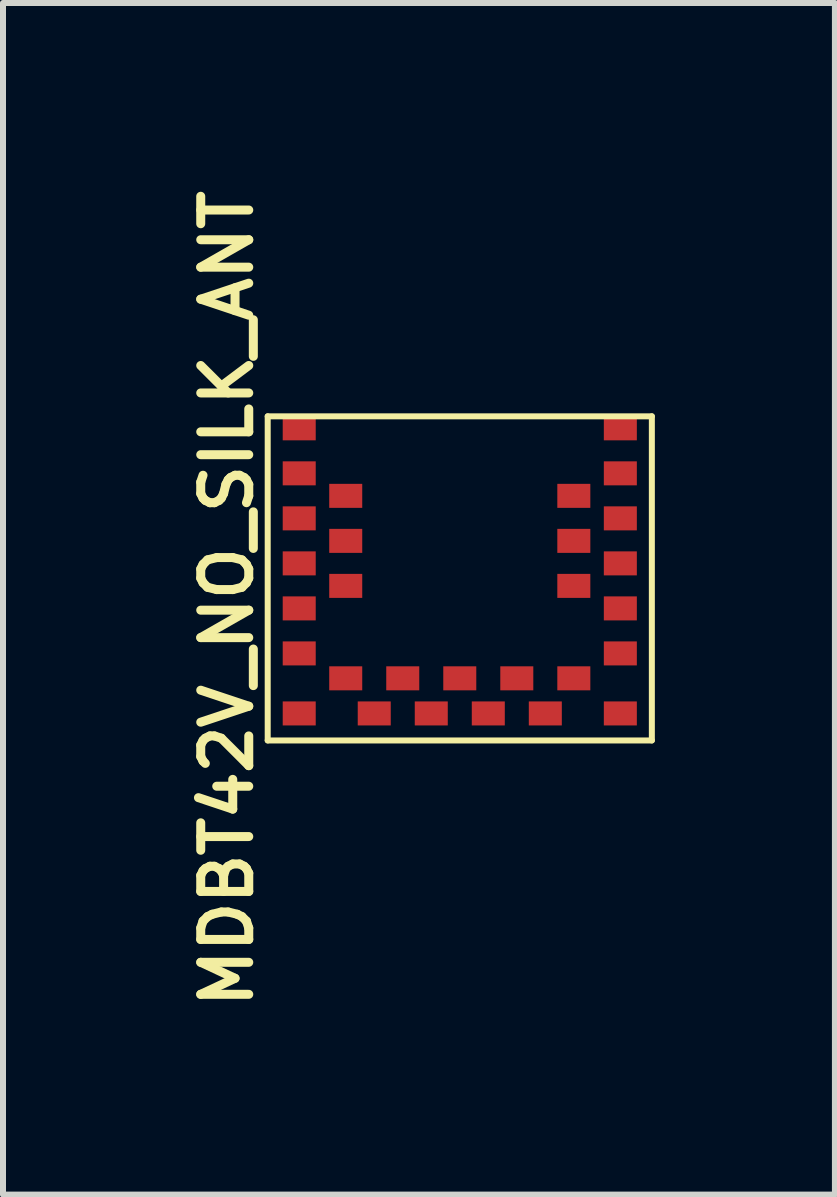
<source format=kicad_pcb>
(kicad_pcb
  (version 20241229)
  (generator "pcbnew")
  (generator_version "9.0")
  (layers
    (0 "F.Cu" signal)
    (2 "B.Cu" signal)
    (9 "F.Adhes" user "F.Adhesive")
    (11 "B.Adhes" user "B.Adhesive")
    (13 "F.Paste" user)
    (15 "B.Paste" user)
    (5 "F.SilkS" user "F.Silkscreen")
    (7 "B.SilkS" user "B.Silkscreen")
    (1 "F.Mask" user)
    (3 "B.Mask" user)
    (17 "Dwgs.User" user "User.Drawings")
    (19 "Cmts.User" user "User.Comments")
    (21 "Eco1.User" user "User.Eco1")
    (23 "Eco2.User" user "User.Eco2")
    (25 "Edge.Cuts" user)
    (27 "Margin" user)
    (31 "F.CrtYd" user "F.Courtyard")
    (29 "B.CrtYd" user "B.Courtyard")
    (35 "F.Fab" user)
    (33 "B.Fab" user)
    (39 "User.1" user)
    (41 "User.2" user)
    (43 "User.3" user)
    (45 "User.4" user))
  (footprint "MDBT42V_NO_SILK_ANT"
    (layer "F.Cu")
    (at 1.41 9.286)
    (property "Reference" "MDBT42V_NO_SILK_ANT" (at -0.678 -2.361 90) (layer "F.SilkS") (effects (font (size 0.8 0.8) (thickness 0.15))))
    (attr through_hole)
    (fp_line (start 0 -5.4) (end 6.4 -5.4) (stroke (width 0.1) (type solid)) (layer "F.SilkS"))
    (fp_line (start 0 0) (end 0 -5.4) (stroke (width 0.1) (type solid)) (layer "F.SilkS"))
    (fp_line (start 6.4 -5.4) (end 6.4 0) (stroke (width 0.1) (type solid)) (layer "F.SilkS"))
    (fp_line (start 6.4 0) (end 0 0) (stroke (width 0.1) (type solid)) (layer "F.SilkS"))
    (pad "1" smd rect (at 0.525 -5.2) (size 0.55 0.4) (layers "F.Cu" "F.Mask" "F.Paste"))
    (pad "2" smd rect (at 0.525 -4.45) (size 0.55 0.4) (layers "F.Cu" "F.Mask" "F.Paste"))
    (pad "3" smd rect (at 1.3 -4.075) (size 0.55 0.4) (layers "F.Cu" "F.Mask" "F.Paste"))
    (pad "4" smd rect (at 0.525 -3.7) (size 0.55 0.4) (layers "F.Cu" "F.Mask" "F.Paste"))
    (pad "5" smd rect (at 1.3 -3.325) (size 0.55 0.4) (layers "F.Cu" "F.Mask" "F.Paste"))
    (pad "6" smd rect (at 0.525 -2.95) (size 0.55 0.4) (layers "F.Cu" "F.Mask" "F.Paste"))
    (pad "7" smd rect (at 1.3 -2.575) (size 0.55 0.4) (layers "F.Cu" "F.Mask" "F.Paste"))
    (pad "8" smd rect (at 0.525 -2.2) (size 0.55 0.4) (layers "F.Cu" "F.Mask" "F.Paste"))
    (pad "9" smd rect (at 0.525 -1.45) (size 0.55 0.4) (layers "F.Cu" "F.Mask" "F.Paste"))
    (pad "10" smd rect (at 0.525 -0.45) (size 0.55 0.4) (layers "F.Cu" "F.Mask" "F.Paste"))
    (pad "11" smd rect (at 1.3 -1.035) (size 0.55 0.4) (layers "F.Cu" "F.Mask" "F.Paste"))
    (pad "12" smd rect (at 1.775 -0.45) (size 0.55 0.4) (layers "F.Cu" "F.Mask" "F.Paste"))
    (pad "13" smd rect (at 2.25 -1.035) (size 0.55 0.4) (layers "F.Cu" "F.Mask" "F.Paste"))
    (pad "14" smd rect (at 2.725 -0.45) (size 0.55 0.4) (layers "F.Cu" "F.Mask" "F.Paste"))
    (pad "15" smd rect (at 3.2 -1.035) (size 0.55 0.4) (layers "F.Cu" "F.Mask" "F.Paste"))
    (pad "16" smd rect (at 3.675 -0.45) (size 0.55 0.4) (layers "F.Cu" "F.Mask" "F.Paste"))
    (pad "17" smd rect (at 4.15 -1.035) (size 0.55 0.4) (layers "F.Cu" "F.Mask" "F.Paste"))
    (pad "18" smd rect (at 4.625 -0.45) (size 0.55 0.4) (layers "F.Cu" "F.Mask" "F.Paste"))
    (pad "19" smd rect (at 5.1 -1.035) (size 0.55 0.4) (layers "F.Cu" "F.Mask" "F.Paste"))
    (pad "20" smd rect (at 5.875 -0.45) (size 0.55 0.4) (layers "F.Cu" "F.Mask" "F.Paste"))
    (pad "21" smd rect (at 5.875 -1.45) (size 0.55 0.4) (layers "F.Cu" "F.Mask" "F.Paste"))
    (pad "22" smd rect (at 5.875 -2.2) (size 0.55 0.4) (layers "F.Cu" "F.Mask" "F.Paste"))
    (pad "23" smd rect (at 5.1 -2.575) (size 0.55 0.4) (layers "F.Cu" "F.Mask" "F.Paste"))
    (pad "24" smd rect (at 5.875 -2.95) (size 0.55 0.4) (layers "F.Cu" "F.Mask" "F.Paste"))
    (pad "25" smd rect (at 5.1 -3.325) (size 0.55 0.4) (layers "F.Cu" "F.Mask" "F.Paste"))
    (pad "26" smd rect (at 5.875 -3.7) (size 0.55 0.4) (layers "F.Cu" "F.Mask" "F.Paste"))
    (pad "27" smd rect (at 5.1 -4.075) (size 0.55 0.4) (layers "F.Cu" "F.Mask" "F.Paste"))
    (pad "28" smd rect (at 5.875 -4.45) (size 0.55 0.4) (layers "F.Cu" "F.Mask" "F.Paste"))
    (pad "29" smd rect (at 5.875 -5.2) (size 0.55 0.4) (layers "F.Cu" "F.Mask" "F.Paste")))
  (gr_rect
    (start -3 -3)
    (end 10.86 16.852)
    (stroke (width 0.1) (type default))
    (fill no)
    (layer "Edge.Cuts")))
</source>
